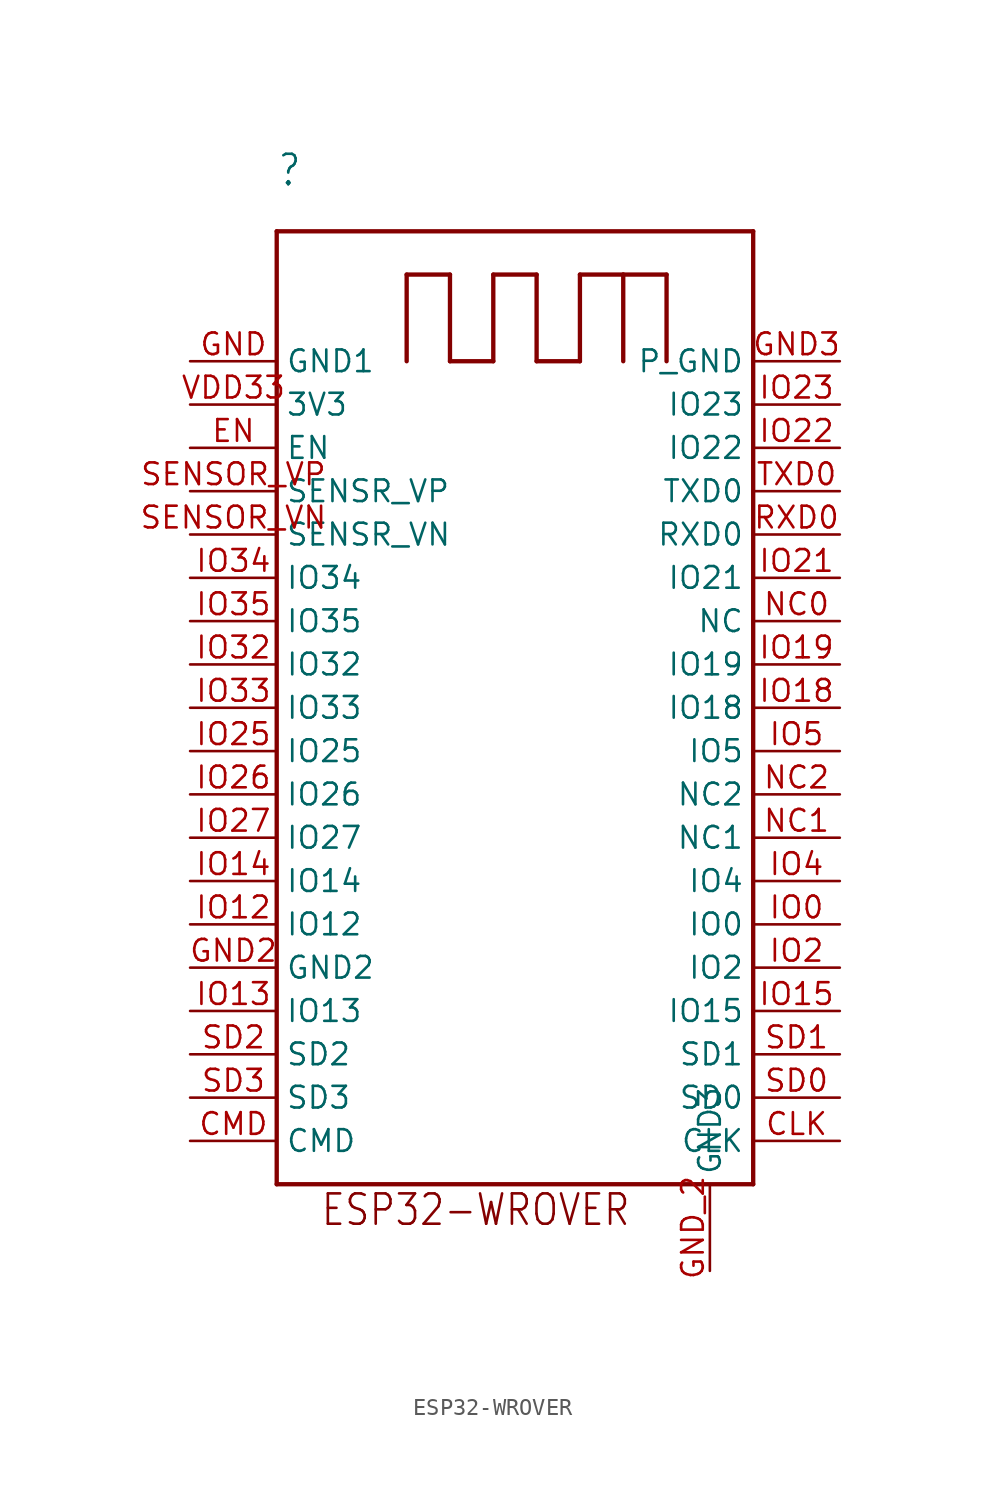
<source format=kicad_sym>
(kicad_symbol_lib
  (version 20211014)
  (generator kicad_symbol_editor)
  (symbol "ESP32-WROVER"
    (property "Reference" ""
      (at -10.16 30.48 0)
      (effects (font (size 1.778 1.511)) (justify left bottom)))
    (property "ki_locked" ""
      (at 0 0 0)
      (effects (font (size 1.27 1.27))))
    (symbol "ESP32-WROVER_1_0"
      (polyline (pts (xy -10.16 -27.94) (xy 17.78 -27.94)) (stroke (width 0.254) (type default) (color 0 0 0 0)) (fill (type none)))
      (polyline (pts (xy -10.16 27.94) (xy -10.16 -27.94)) (stroke (width 0.254) (type default) (color 0 0 0 0)) (fill (type none)))
      (polyline (pts (xy -2.54 25.4) (xy -2.54 20.32)) (stroke (width 0.254) (type default) (color 0 0 0 0)) (fill (type none)))
      (polyline (pts (xy -2.54 25.4) (xy 0 25.4)) (stroke (width 0.254) (type default) (color 0 0 0 0)) (fill (type none)))
      (polyline (pts (xy 0 20.32) (xy 2.54 20.32)) (stroke (width 0.254) (type default) (color 0 0 0 0)) (fill (type none)))
      (polyline (pts (xy 0 25.4) (xy 0 20.32)) (stroke (width 0.254) (type default) (color 0 0 0 0)) (fill (type none)))
      (polyline (pts (xy 2.54 20.32) (xy 2.54 25.4)) (stroke (width 0.254) (type default) (color 0 0 0 0)) (fill (type none)))
      (polyline (pts (xy 2.54 25.4) (xy 5.08 25.4)) (stroke (width 0.254) (type default) (color 0 0 0 0)) (fill (type none)))
      (polyline (pts (xy 5.08 20.32) (xy 7.62 20.32)) (stroke (width 0.254) (type default) (color 0 0 0 0)) (fill (type none)))
      (polyline (pts (xy 5.08 25.4) (xy 5.08 20.32)) (stroke (width 0.254) (type default) (color 0 0 0 0)) (fill (type none)))
      (polyline (pts (xy 7.62 20.32) (xy 7.62 25.4)) (stroke (width 0.254) (type default) (color 0 0 0 0)) (fill (type none)))
      (polyline (pts (xy 7.62 25.4) (xy 10.16 25.4)) (stroke (width 0.254) (type default) (color 0 0 0 0)) (fill (type none)))
      (polyline (pts (xy 10.16 25.4) (xy 10.16 20.32)) (stroke (width 0.254) (type default) (color 0 0 0 0)) (fill (type none)))
      (polyline (pts (xy 10.16 25.4) (xy 12.7 25.4)) (stroke (width 0.254) (type default) (color 0 0 0 0)) (fill (type none)))
      (polyline (pts (xy 12.7 25.4) (xy 12.7 20.32)) (stroke (width 0.254) (type default) (color 0 0 0 0)) (fill (type none)))
      (polyline (pts (xy 17.78 -27.94) (xy 17.78 27.94)) (stroke (width 0.254) (type default) (color 0 0 0 0)) (fill (type none)))
      (polyline (pts (xy 17.78 27.94) (xy -10.16 27.94)) (stroke (width 0.254) (type default) (color 0 0 0 0)) (fill (type none)))
      (text "ESP32-WROVER" (at -7.62 -30.48 0) (effects (font (size 1.778 1.511)) (justify left bottom)))
      (pin bidirectional line (at 22.86 -25.4 180) (length 5.08) (name "CLK" (effects (font (size 1.27 1.27)))) (number "CLK" (effects (font (size 1.27 1.27)))))
      (pin bidirectional line (at -15.24 -25.4 0) (length 5.08) (name "CMD" (effects (font (size 1.27 1.27)))) (number "CMD" (effects (font (size 1.27 1.27)))))
      (pin bidirectional line (at -15.24 15.24 0) (length 5.08) (name "EN" (effects (font (size 1.27 1.27)))) (number "EN" (effects (font (size 1.27 1.27)))))
      (pin bidirectional line (at -15.24 20.32 0) (length 5.08) (name "GND1" (effects (font (size 1.27 1.27)))) (number "GND" (effects (font (size 1.27 1.27)))))
      (pin bidirectional line (at -15.24 -15.24 0) (length 5.08) (name "GND2" (effects (font (size 1.27 1.27)))) (number "GND2" (effects (font (size 1.27 1.27)))))
      (pin bidirectional line (at 22.86 20.32 180) (length 5.08) (name "P_GND" (effects (font (size 1.27 1.27)))) (number "GND3" (effects (font (size 1.27 1.27)))))
      (pin bidirectional line (at 15.24 -33.02 90) (length 5.08) (name "GND3" (effects (font (size 1.27 1.27)))) (number "GND_2" (effects (font (size 1.27 1.27)))))
      (pin bidirectional line (at 22.86 -12.7 180) (length 5.08) (name "IO0" (effects (font (size 1.27 1.27)))) (number "IO0" (effects (font (size 1.27 1.27)))))
      (pin bidirectional line (at -15.24 -12.7 0) (length 5.08) (name "IO12" (effects (font (size 1.27 1.27)))) (number "IO12" (effects (font (size 1.27 1.27)))))
      (pin bidirectional line (at -15.24 -17.78 0) (length 5.08) (name "IO13" (effects (font (size 1.27 1.27)))) (number "IO13" (effects (font (size 1.27 1.27)))))
      (pin bidirectional line (at -15.24 -10.16 0) (length 5.08) (name "IO14" (effects (font (size 1.27 1.27)))) (number "IO14" (effects (font (size 1.27 1.27)))))
      (pin bidirectional line (at 22.86 -17.78 180) (length 5.08) (name "IO15" (effects (font (size 1.27 1.27)))) (number "IO15" (effects (font (size 1.27 1.27)))))
      (pin bidirectional line (at 22.86 0 180) (length 5.08) (name "IO18" (effects (font (size 1.27 1.27)))) (number "IO18" (effects (font (size 1.27 1.27)))))
      (pin bidirectional line (at 22.86 2.54 180) (length 5.08) (name "IO19" (effects (font (size 1.27 1.27)))) (number "IO19" (effects (font (size 1.27 1.27)))))
      (pin bidirectional line (at 22.86 -15.24 180) (length 5.08) (name "IO2" (effects (font (size 1.27 1.27)))) (number "IO2" (effects (font (size 1.27 1.27)))))
      (pin bidirectional line (at 22.86 7.62 180) (length 5.08) (name "IO21" (effects (font (size 1.27 1.27)))) (number "IO21" (effects (font (size 1.27 1.27)))))
      (pin bidirectional line (at 22.86 15.24 180) (length 5.08) (name "IO22" (effects (font (size 1.27 1.27)))) (number "IO22" (effects (font (size 1.27 1.27)))))
      (pin bidirectional line (at 22.86 17.78 180) (length 5.08) (name "IO23" (effects (font (size 1.27 1.27)))) (number "IO23" (effects (font (size 1.27 1.27)))))
      (pin bidirectional line (at -15.24 -2.54 0) (length 5.08) (name "IO25" (effects (font (size 1.27 1.27)))) (number "IO25" (effects (font (size 1.27 1.27)))))
      (pin bidirectional line (at -15.24 -5.08 0) (length 5.08) (name "IO26" (effects (font (size 1.27 1.27)))) (number "IO26" (effects (font (size 1.27 1.27)))))
      (pin bidirectional line (at -15.24 -7.62 0) (length 5.08) (name "IO27" (effects (font (size 1.27 1.27)))) (number "IO27" (effects (font (size 1.27 1.27)))))
      (pin bidirectional line (at -15.24 2.54 0) (length 5.08) (name "IO32" (effects (font (size 1.27 1.27)))) (number "IO32" (effects (font (size 1.27 1.27)))))
      (pin bidirectional line (at -15.24 0 0) (length 5.08) (name "IO33" (effects (font (size 1.27 1.27)))) (number "IO33" (effects (font (size 1.27 1.27)))))
      (pin bidirectional line (at -15.24 7.62 0) (length 5.08) (name "IO34" (effects (font (size 1.27 1.27)))) (number "IO34" (effects (font (size 1.27 1.27)))))
      (pin bidirectional line (at -15.24 5.08 0) (length 5.08) (name "IO35" (effects (font (size 1.27 1.27)))) (number "IO35" (effects (font (size 1.27 1.27)))))
      (pin bidirectional line (at 22.86 -10.16 180) (length 5.08) (name "IO4" (effects (font (size 1.27 1.27)))) (number "IO4" (effects (font (size 1.27 1.27)))))
      (pin bidirectional line (at 22.86 -2.54 180) (length 5.08) (name "IO5" (effects (font (size 1.27 1.27)))) (number "IO5" (effects (font (size 1.27 1.27)))))
      (pin bidirectional line (at 22.86 5.08 180) (length 5.08) (name "NC" (effects (font (size 1.27 1.27)))) (number "NC0" (effects (font (size 1.27 1.27)))))
      (pin bidirectional line (at 22.86 -7.62 180) (length 5.08) (name "NC1" (effects (font (size 1.27 1.27)))) (number "NC1" (effects (font (size 1.27 1.27)))))
      (pin bidirectional line (at 22.86 -5.08 180) (length 5.08) (name "NC2" (effects (font (size 1.27 1.27)))) (number "NC2" (effects (font (size 1.27 1.27)))))
      (pin bidirectional line (at 22.86 10.16 180) (length 5.08) (name "RXD0" (effects (font (size 1.27 1.27)))) (number "RXD0" (effects (font (size 1.27 1.27)))))
      (pin bidirectional line (at 22.86 -22.86 180) (length 5.08) (name "SD0" (effects (font (size 1.27 1.27)))) (number "SD0" (effects (font (size 1.27 1.27)))))
      (pin bidirectional line (at 22.86 -20.32 180) (length 5.08) (name "SD1" (effects (font (size 1.27 1.27)))) (number "SD1" (effects (font (size 1.27 1.27)))))
      (pin bidirectional line (at -15.24 -20.32 0) (length 5.08) (name "SD2" (effects (font (size 1.27 1.27)))) (number "SD2" (effects (font (size 1.27 1.27)))))
      (pin bidirectional line (at -15.24 -22.86 0) (length 5.08) (name "SD3" (effects (font (size 1.27 1.27)))) (number "SD3" (effects (font (size 1.27 1.27)))))
      (pin bidirectional line (at -15.24 10.16 0) (length 5.08) (name "SENSR_VN" (effects (font (size 1.27 1.27)))) (number "SENSOR_VN" (effects (font (size 1.27 1.27)))))
      (pin bidirectional line (at -15.24 12.7 0) (length 5.08) (name "SENSR_VP" (effects (font (size 1.27 1.27)))) (number "SENSOR_VP" (effects (font (size 1.27 1.27)))))
      (pin bidirectional line (at 22.86 12.7 180) (length 5.08) (name "TXD0" (effects (font (size 1.27 1.27)))) (number "TXD0" (effects (font (size 1.27 1.27)))))
      (pin bidirectional line (at -15.24 17.78 0) (length 5.08) (name "3V3" (effects (font (size 1.27 1.27)))) (number "VDD33" (effects (font (size 1.27 1.27))))))))
</source>
